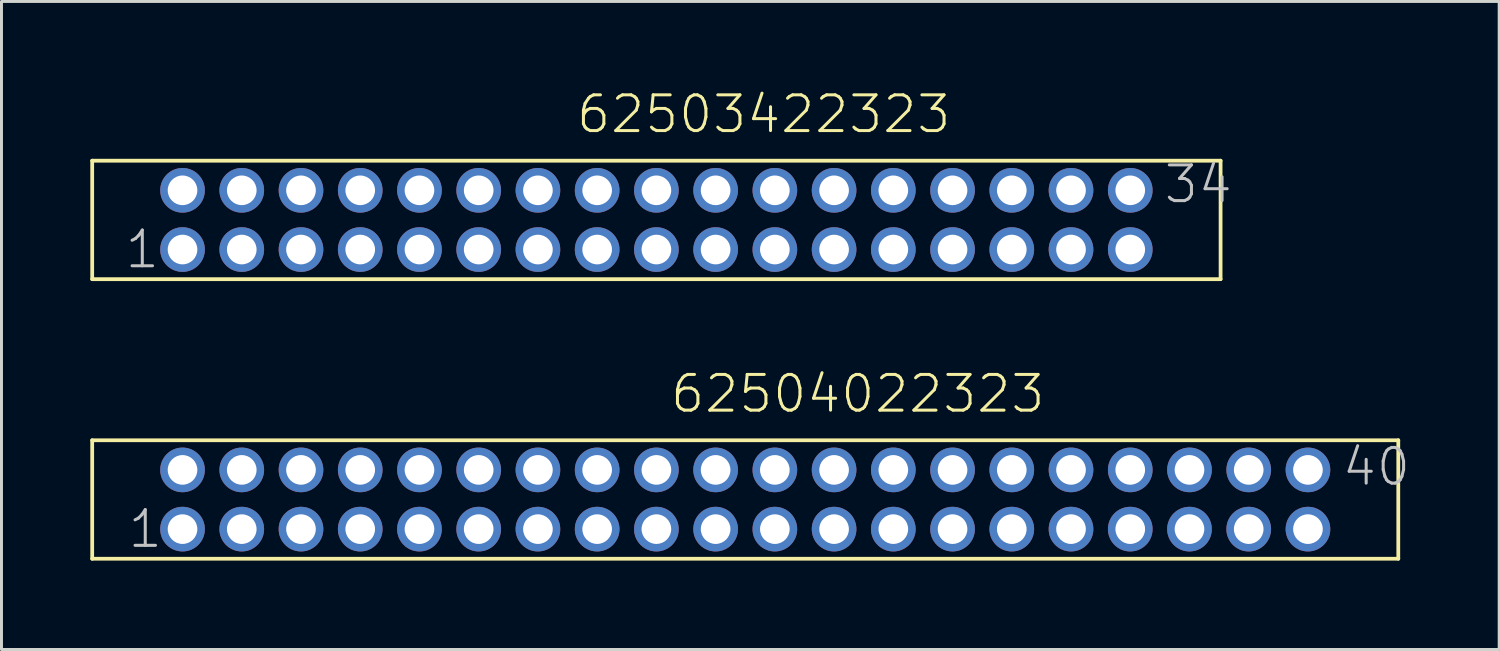
<source format=kicad_pcb>
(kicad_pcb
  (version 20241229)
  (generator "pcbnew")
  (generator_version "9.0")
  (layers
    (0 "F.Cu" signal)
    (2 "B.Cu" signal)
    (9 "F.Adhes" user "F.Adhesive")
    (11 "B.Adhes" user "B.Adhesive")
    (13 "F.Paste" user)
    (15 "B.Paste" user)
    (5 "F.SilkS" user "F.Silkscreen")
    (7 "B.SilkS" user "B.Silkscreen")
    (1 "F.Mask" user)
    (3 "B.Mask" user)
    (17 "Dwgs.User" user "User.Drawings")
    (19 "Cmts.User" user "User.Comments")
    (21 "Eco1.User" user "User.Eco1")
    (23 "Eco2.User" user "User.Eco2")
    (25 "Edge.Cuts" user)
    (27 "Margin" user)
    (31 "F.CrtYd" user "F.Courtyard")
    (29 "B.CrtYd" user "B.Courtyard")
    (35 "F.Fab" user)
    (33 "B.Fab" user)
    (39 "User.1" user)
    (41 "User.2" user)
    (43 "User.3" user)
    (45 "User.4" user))
  (footprint "62503422323"
    (layer "F.Cu")
    (at 19.113 4.376)
    (property "Reference" "62503422323" (at -2.76 -2.865 0) (layer "F.SilkS") (effects (font (size 1.206 1.206) (thickness 0.102)) (justify left bottom)))
    (attr through_hole)
    (fp_line (start -19.05 -2) (end -19.05 2) (stroke (width 0.127) (type solid)) (layer "F.SilkS"))
    (fp_line (start -19.05 2) (end 19.05 2) (stroke (width 0.127) (type solid)) (layer "F.SilkS"))
    (fp_line (start 19.05 -2) (end -19.05 -2) (stroke (width 0.127) (type solid)) (layer "F.SilkS"))
    (fp_line (start 19.05 2) (end 19.05 -2) (stroke (width 0.127) (type solid)) (layer "F.SilkS"))
    (fp_text user "34" (at 17.08 -0.5 0) (layer "Dwgs.User") (effects (font (size 1.206 1.206) (thickness 0.102)) (justify left bottom)))
    (fp_text user "1" (at -18 1.7 0) (layer "Dwgs.User") (effects (font (size 1.206 1.206) (thickness 0.102)) (justify left bottom)))
    (pad "1" thru_hole circle (at -16 1) (size 1.508 1.508) (drill 1) (layers "*.Cu" "*.Mask"))
    (pad "2" thru_hole circle (at -16 -1) (size 1.508 1.508) (drill 1) (layers "*.Cu" "*.Mask"))
    (pad "3" thru_hole circle (at -14 1) (size 1.508 1.508) (drill 1) (layers "*.Cu" "*.Mask"))
    (pad "4" thru_hole circle (at -14 -1) (size 1.508 1.508) (drill 1) (layers "*.Cu" "*.Mask"))
    (pad "5" thru_hole circle (at -12 1) (size 1.508 1.508) (drill 1) (layers "*.Cu" "*.Mask"))
    (pad "6" thru_hole circle (at -12 -1) (size 1.508 1.508) (drill 1) (layers "*.Cu" "*.Mask"))
    (pad "7" thru_hole circle (at -10 1) (size 1.508 1.508) (drill 1) (layers "*.Cu" "*.Mask"))
    (pad "8" thru_hole circle (at -10 -1) (size 1.508 1.508) (drill 1) (layers "*.Cu" "*.Mask"))
    (pad "9" thru_hole circle (at -8 1) (size 1.508 1.508) (drill 1) (layers "*.Cu" "*.Mask"))
    (pad "10" thru_hole circle (at -8 -1) (size 1.508 1.508) (drill 1) (layers "*.Cu" "*.Mask"))
    (pad "11" thru_hole circle (at -6 1) (size 1.508 1.508) (drill 1) (layers "*.Cu" "*.Mask"))
    (pad "12" thru_hole circle (at -6 -1) (size 1.508 1.508) (drill 1) (layers "*.Cu" "*.Mask"))
    (pad "13" thru_hole circle (at -4 1) (size 1.508 1.508) (drill 1) (layers "*.Cu" "*.Mask"))
    (pad "14" thru_hole circle (at -4 -1) (size 1.508 1.508) (drill 1) (layers "*.Cu" "*.Mask"))
    (pad "15" thru_hole circle (at -2 1) (size 1.508 1.508) (drill 1) (layers "*.Cu" "*.Mask"))
    (pad "16" thru_hole circle (at -2 -1) (size 1.508 1.508) (drill 1) (layers "*.Cu" "*.Mask"))
    (pad "17" thru_hole circle (at 0 1) (size 1.508 1.508) (drill 1) (layers "*.Cu" "*.Mask"))
    (pad "18" thru_hole circle (at 0 -1) (size 1.508 1.508) (drill 1) (layers "*.Cu" "*.Mask"))
    (pad "19" thru_hole circle (at 2 1) (size 1.508 1.508) (drill 1) (layers "*.Cu" "*.Mask"))
    (pad "20" thru_hole circle (at 2 -1) (size 1.508 1.508) (drill 1) (layers "*.Cu" "*.Mask"))
    (pad "21" thru_hole circle (at 4 1) (size 1.508 1.508) (drill 1) (layers "*.Cu" "*.Mask"))
    (pad "22" thru_hole circle (at 4 -1) (size 1.508 1.508) (drill 1) (layers "*.Cu" "*.Mask"))
    (pad "23" thru_hole circle (at 6 1) (size 1.508 1.508) (drill 1) (layers "*.Cu" "*.Mask"))
    (pad "24" thru_hole circle (at 6 -1) (size 1.508 1.508) (drill 1) (layers "*.Cu" "*.Mask"))
    (pad "25" thru_hole circle (at 8 1) (size 1.508 1.508) (drill 1) (layers "*.Cu" "*.Mask"))
    (pad "26" thru_hole circle (at 8 -1) (size 1.508 1.508) (drill 1) (layers "*.Cu" "*.Mask"))
    (pad "27" thru_hole circle (at 10 1) (size 1.508 1.508) (drill 1) (layers "*.Cu" "*.Mask"))
    (pad "28" thru_hole circle (at 10 -1) (size 1.508 1.508) (drill 1) (layers "*.Cu" "*.Mask"))
    (pad "29" thru_hole circle (at 12 1) (size 1.508 1.508) (drill 1) (layers "*.Cu" "*.Mask"))
    (pad "30" thru_hole circle (at 12 -1) (size 1.508 1.508) (drill 1) (layers "*.Cu" "*.Mask"))
    (pad "31" thru_hole circle (at 14 1) (size 1.508 1.508) (drill 1) (layers "*.Cu" "*.Mask"))
    (pad "32" thru_hole circle (at 14 -1) (size 1.508 1.508) (drill 1) (layers "*.Cu" "*.Mask"))
    (pad "33" thru_hole circle (at 16 1) (size 1.508 1.508) (drill 1) (layers "*.Cu" "*.Mask"))
    (pad "34" thru_hole circle (at 16 -1) (size 1.508 1.508) (drill 1) (layers "*.Cu" "*.Mask")))
  (footprint "62504022323"
    (layer "F.Cu")
    (at 22.113 13.816)
    (property "Reference" "62504022323" (at -2.585 -2.865 0) (layer "F.SilkS") (effects (font (size 1.206 1.206) (thickness 0.102)) (justify left bottom)))
    (attr through_hole)
    (fp_line (start -22.05 -2) (end -22.05 2) (stroke (width 0.127) (type solid)) (layer "F.SilkS"))
    (fp_line (start -22.05 2) (end 22.05 2) (stroke (width 0.127) (type solid)) (layer "F.SilkS"))
    (fp_line (start 22.05 -2) (end -22.05 -2) (stroke (width 0.127) (type solid)) (layer "F.SilkS"))
    (fp_line (start 22.05 2) (end 22.05 -2) (stroke (width 0.127) (type solid)) (layer "F.SilkS"))
    (fp_text user "40" (at 20.095 -0.4 0) (layer "Dwgs.User") (effects (font (size 1.206 1.206) (thickness 0.102)) (justify left bottom)))
    (fp_text user "1" (at -20.9 1.7 0) (layer "Dwgs.User") (effects (font (size 1.206 1.206) (thickness 0.102)) (justify left bottom)))
    (pad "1" thru_hole circle (at -19 1) (size 1.508 1.508) (drill 1) (layers "*.Cu" "*.Mask"))
    (pad "2" thru_hole circle (at -19 -1) (size 1.508 1.508) (drill 1) (layers "*.Cu" "*.Mask"))
    (pad "3" thru_hole circle (at -17 1) (size 1.508 1.508) (drill 1) (layers "*.Cu" "*.Mask"))
    (pad "4" thru_hole circle (at -17 -1) (size 1.508 1.508) (drill 1) (layers "*.Cu" "*.Mask"))
    (pad "5" thru_hole circle (at -15 1) (size 1.508 1.508) (drill 1) (layers "*.Cu" "*.Mask"))
    (pad "6" thru_hole circle (at -15 -1) (size 1.508 1.508) (drill 1) (layers "*.Cu" "*.Mask"))
    (pad "7" thru_hole circle (at -13 1) (size 1.508 1.508) (drill 1) (layers "*.Cu" "*.Mask"))
    (pad "8" thru_hole circle (at -13 -1) (size 1.508 1.508) (drill 1) (layers "*.Cu" "*.Mask"))
    (pad "9" thru_hole circle (at -11 1) (size 1.508 1.508) (drill 1) (layers "*.Cu" "*.Mask"))
    (pad "10" thru_hole circle (at -11 -1) (size 1.508 1.508) (drill 1) (layers "*.Cu" "*.Mask"))
    (pad "11" thru_hole circle (at -9 1) (size 1.508 1.508) (drill 1) (layers "*.Cu" "*.Mask"))
    (pad "12" thru_hole circle (at -9 -1) (size 1.508 1.508) (drill 1) (layers "*.Cu" "*.Mask"))
    (pad "13" thru_hole circle (at -7 1) (size 1.508 1.508) (drill 1) (layers "*.Cu" "*.Mask"))
    (pad "14" thru_hole circle (at -7 -1) (size 1.508 1.508) (drill 1) (layers "*.Cu" "*.Mask"))
    (pad "15" thru_hole circle (at -5 1) (size 1.508 1.508) (drill 1) (layers "*.Cu" "*.Mask"))
    (pad "16" thru_hole circle (at -5 -1) (size 1.508 1.508) (drill 1) (layers "*.Cu" "*.Mask"))
    (pad "17" thru_hole circle (at -3 1) (size 1.508 1.508) (drill 1) (layers "*.Cu" "*.Mask"))
    (pad "18" thru_hole circle (at -3 -1) (size 1.508 1.508) (drill 1) (layers "*.Cu" "*.Mask"))
    (pad "19" thru_hole circle (at -1 1) (size 1.508 1.508) (drill 1) (layers "*.Cu" "*.Mask"))
    (pad "20" thru_hole circle (at -1 -1) (size 1.508 1.508) (drill 1) (layers "*.Cu" "*.Mask"))
    (pad "21" thru_hole circle (at 1 1) (size 1.508 1.508) (drill 1) (layers "*.Cu" "*.Mask"))
    (pad "22" thru_hole circle (at 1 -1) (size 1.508 1.508) (drill 1) (layers "*.Cu" "*.Mask"))
    (pad "23" thru_hole circle (at 3 1) (size 1.508 1.508) (drill 1) (layers "*.Cu" "*.Mask"))
    (pad "24" thru_hole circle (at 3 -1) (size 1.508 1.508) (drill 1) (layers "*.Cu" "*.Mask"))
    (pad "25" thru_hole circle (at 5 1) (size 1.508 1.508) (drill 1) (layers "*.Cu" "*.Mask"))
    (pad "26" thru_hole circle (at 5 -1) (size 1.508 1.508) (drill 1) (layers "*.Cu" "*.Mask"))
    (pad "27" thru_hole circle (at 7 1) (size 1.508 1.508) (drill 1) (layers "*.Cu" "*.Mask"))
    (pad "28" thru_hole circle (at 7 -1) (size 1.508 1.508) (drill 1) (layers "*.Cu" "*.Mask"))
    (pad "29" thru_hole circle (at 9 1) (size 1.508 1.508) (drill 1) (layers "*.Cu" "*.Mask"))
    (pad "30" thru_hole circle (at 9 -1) (size 1.508 1.508) (drill 1) (layers "*.Cu" "*.Mask"))
    (pad "31" thru_hole circle (at 11 1) (size 1.508 1.508) (drill 1) (layers "*.Cu" "*.Mask"))
    (pad "32" thru_hole circle (at 11 -1) (size 1.508 1.508) (drill 1) (layers "*.Cu" "*.Mask"))
    (pad "33" thru_hole circle (at 13 1) (size 1.508 1.508) (drill 1) (layers "*.Cu" "*.Mask"))
    (pad "34" thru_hole circle (at 13 -1) (size 1.508 1.508) (drill 1) (layers "*.Cu" "*.Mask"))
    (pad "35" thru_hole circle (at 15 1) (size 1.508 1.508) (drill 1) (layers "*.Cu" "*.Mask"))
    (pad "36" thru_hole circle (at 15 -1) (size 1.508 1.508) (drill 1) (layers "*.Cu" "*.Mask"))
    (pad "37" thru_hole circle (at 17 1) (size 1.508 1.508) (drill 1) (layers "*.Cu" "*.Mask"))
    (pad "38" thru_hole circle (at 17 -1) (size 1.508 1.508) (drill 1) (layers "*.Cu" "*.Mask"))
    (pad "39" thru_hole circle (at 19 1) (size 1.508 1.508) (drill 1) (layers "*.Cu" "*.Mask"))
    (pad "40" thru_hole circle (at 19 -1) (size 1.508 1.508) (drill 1) (layers "*.Cu" "*.Mask")))
  (gr_rect
    (start -3 -3)
    (end 47.57 18.88)
    (stroke (width 0.1) (type default))
    (fill no)
    (layer "Edge.Cuts")))
</source>
